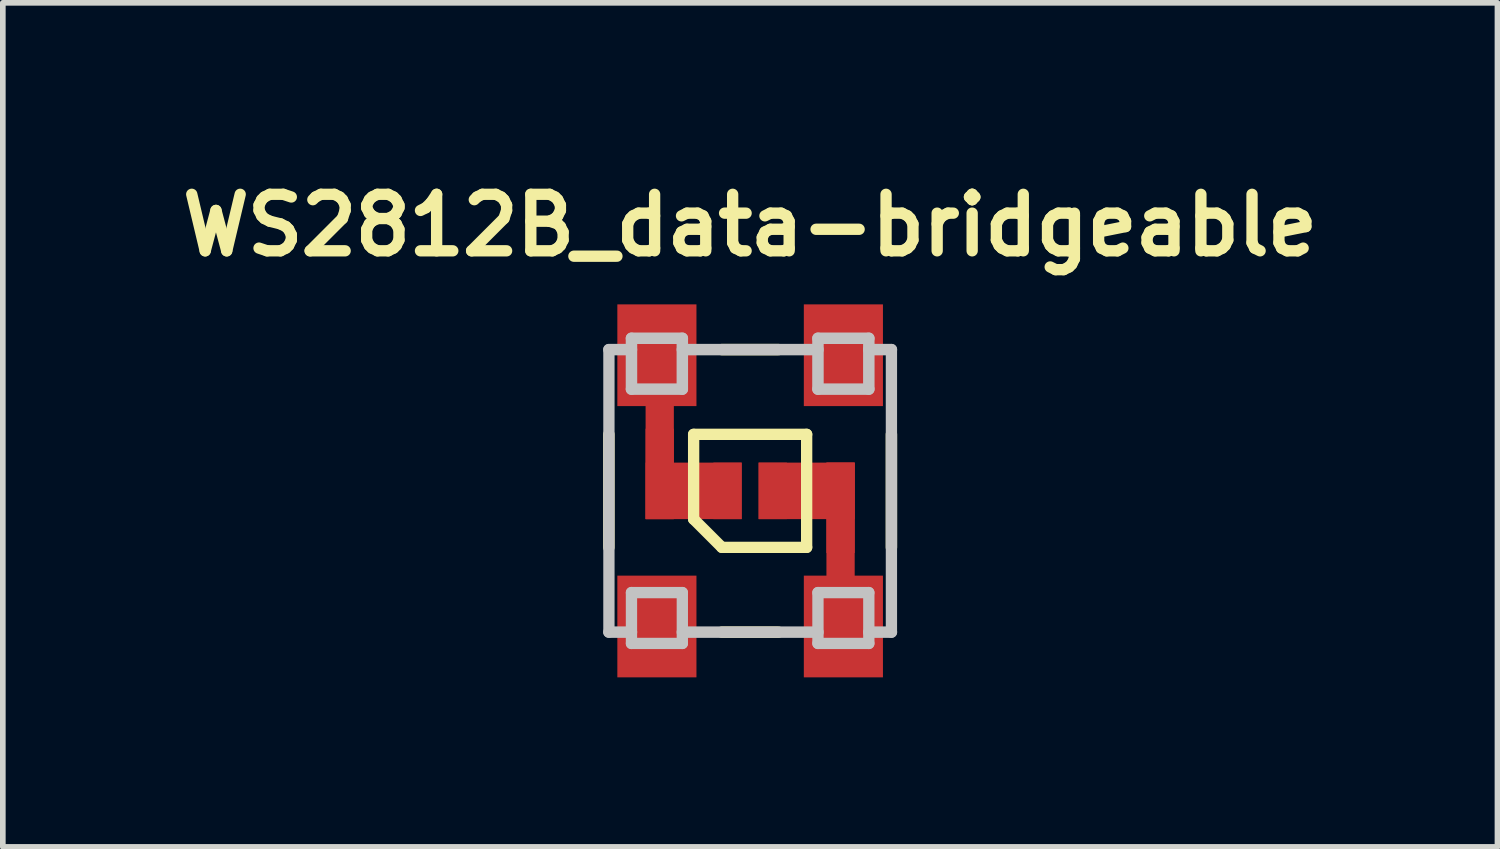
<source format=kicad_pcb>
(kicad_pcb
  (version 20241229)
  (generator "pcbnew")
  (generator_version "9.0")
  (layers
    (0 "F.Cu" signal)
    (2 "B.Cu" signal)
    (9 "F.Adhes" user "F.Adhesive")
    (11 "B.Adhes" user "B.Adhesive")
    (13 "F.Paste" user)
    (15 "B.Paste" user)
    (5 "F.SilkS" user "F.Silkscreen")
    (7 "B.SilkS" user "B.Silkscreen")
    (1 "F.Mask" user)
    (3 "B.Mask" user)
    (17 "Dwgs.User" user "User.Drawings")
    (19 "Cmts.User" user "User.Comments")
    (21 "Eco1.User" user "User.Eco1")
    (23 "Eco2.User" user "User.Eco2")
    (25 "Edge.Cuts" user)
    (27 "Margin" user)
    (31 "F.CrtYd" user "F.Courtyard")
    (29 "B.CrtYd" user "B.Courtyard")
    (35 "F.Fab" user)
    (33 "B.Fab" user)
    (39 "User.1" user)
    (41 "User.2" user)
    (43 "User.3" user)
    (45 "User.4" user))
  (footprint "WS2812B_data-bridgeable"
    (layer "F.Cu")
    (at 10.224 5.636)
    (property "Reference" "WS2812B_data-bridgeable" (at 0 -4.7 0) (layer "F.SilkS") (effects (font (size 1 1) (thickness 0.2))))
    (attr through_hole)
    (fp_line (start -2.5 -1) (end -2.5 1) (stroke (width 0.203) (type solid)) (layer "F.SilkS"))
    (fp_line (start -1 -1) (end 1 -1) (stroke (width 0.2) (type solid)) (layer "F.SilkS"))
    (fp_line (start -1 0.5) (end -1 -1) (stroke (width 0.2) (type solid)) (layer "F.SilkS"))
    (fp_line (start -0.5 -2.5) (end 0.5 -2.5) (stroke (width 0.203) (type solid)) (layer "F.SilkS"))
    (fp_line (start -0.5 1) (end -1 0.5) (stroke (width 0.2) (type solid)) (layer "F.SilkS"))
    (fp_line (start -0.5 2.5) (end 0.5 2.5) (stroke (width 0.203) (type solid)) (layer "F.SilkS"))
    (fp_line (start 1 -1) (end 1 1) (stroke (width 0.2) (type solid)) (layer "F.SilkS"))
    (fp_line (start 1 1) (end -0.5 1) (stroke (width 0.2) (type solid)) (layer "F.SilkS"))
    (fp_line (start 2.5 -1) (end 2.5 1) (stroke (width 0.203) (type solid)) (layer "F.SilkS"))
    (fp_line (start -2.5 -2.5) (end -2.1 -2.5) (stroke (width 0.203) (type solid)) (layer "Dwgs.User"))
    (fp_line (start -2.5 2.5) (end -2.1 2.5) (stroke (width 0.203) (type solid)) (layer "Dwgs.User"))
    (fp_line (start -2.499 2.499) (end -2.499 -2.499) (stroke (width 0.2) (type solid)) (layer "Dwgs.User"))
    (fp_line (start -2.1 -2.7) (end -1.2 -2.7) (stroke (width 0.203) (type solid)) (layer "Dwgs.User"))
    (fp_line (start -2.1 -1.8) (end -2.1 -2.7) (stroke (width 0.203) (type solid)) (layer "Dwgs.User"))
    (fp_line (start -2.1 1.8) (end -1.2 1.8) (stroke (width 0.2) (type solid)) (layer "Dwgs.User"))
    (fp_line (start -2.1 2.7) (end -2.1 1.8) (stroke (width 0.2) (type solid)) (layer "Dwgs.User"))
    (fp_line (start -1.2 -2.7) (end -1.2 -1.8) (stroke (width 0.203) (type solid)) (layer "Dwgs.User"))
    (fp_line (start -1.2 -2.5) (end 1.2 -2.5) (stroke (width 0.203) (type solid)) (layer "Dwgs.User"))
    (fp_line (start -1.2 -1.8) (end -2.1 -1.8) (stroke (width 0.203) (type solid)) (layer "Dwgs.User"))
    (fp_line (start -1.2 1.8) (end -1.2 2.7) (stroke (width 0.2) (type solid)) (layer "Dwgs.User"))
    (fp_line (start -1.2 2.5) (end 1.2 2.5) (stroke (width 0.203) (type solid)) (layer "Dwgs.User"))
    (fp_line (start -1.2 2.7) (end -2.1 2.7) (stroke (width 0.2) (type solid)) (layer "Dwgs.User"))
    (fp_line (start 1.2 -2.7) (end 1.2 -1.8) (stroke (width 0.203) (type solid)) (layer "Dwgs.User"))
    (fp_line (start 1.2 -1.8) (end 2.1 -1.8) (stroke (width 0.203) (type solid)) (layer "Dwgs.User"))
    (fp_line (start 1.2 1.8) (end 2.1 1.8) (stroke (width 0.2) (type solid)) (layer "Dwgs.User"))
    (fp_line (start 1.2 2.7) (end 1.2 1.8) (stroke (width 0.2) (type solid)) (layer "Dwgs.User"))
    (fp_line (start 2.1 -2.7) (end 1.2 -2.7) (stroke (width 0.203) (type solid)) (layer "Dwgs.User"))
    (fp_line (start 2.1 -2.5) (end 2.5 -2.5) (stroke (width 0.203) (type solid)) (layer "Dwgs.User"))
    (fp_line (start 2.1 -1.8) (end 2.1 -2.7) (stroke (width 0.203) (type solid)) (layer "Dwgs.User"))
    (fp_line (start 2.1 1.8) (end 2.1 2.7) (stroke (width 0.2) (type solid)) (layer "Dwgs.User"))
    (fp_line (start 2.1 2.5) (end 2.5 2.5) (stroke (width 0.203) (type solid)) (layer "Dwgs.User"))
    (fp_line (start 2.1 2.7) (end 1.2 2.7) (stroke (width 0.2) (type solid)) (layer "Dwgs.User"))
    (fp_line (start 2.5 -2.5) (end 2.5 2.5) (stroke (width 0.2) (type solid)) (layer "Dwgs.User"))
    (pad "1" smd rect (at 1.65 -2.4) (size 1.4 1.8) (layers "F.Cu" "F.Mask" "F.Paste"))
    (pad "2" smd rect (at -1.65 -2.4) (size 1.4 1.8) (layers "F.Cu" "F.Mask" "F.Paste"))
    (pad "2" smd rect (at -1.6 -1) (size 0.5 3) (layers "F.Cu"))
    (pad "2" smd rect (at -1.6 -0.3) (size 0.5 1.6) (layers "F.Cu"))
    (pad "2" smd rect (at -1 0) (size 1.7 1) (layers "F.Cu"))
    (pad "2" smd rect (at -0.4 0) (size 0.5 1) (layers "F.Cu" "F.Mask"))
    (pad "3" smd rect (at -1.65 2.4) (size 1.4 1.8) (layers "F.Cu" "F.Mask" "F.Paste"))
    (pad "4" smd rect (at 0.4 0) (size 0.5 1) (layers "F.Cu" "F.Mask"))
    (pad "4" smd rect (at 1 0) (size 1.7 1) (layers "F.Cu"))
    (pad "4" smd rect (at 1.6 0.3) (size 0.5 1.6) (layers "F.Cu"))
    (pad "4" smd rect (at 1.6 1) (size 0.5 3) (layers "F.Cu"))
    (pad "4" smd rect (at 1.65 2.4) (size 1.4 1.8) (layers "F.Cu" "F.Mask" "F.Paste")))
  (gr_rect
    (start -3 -3)
    (end 23.448 11.936)
    (stroke (width 0.1) (type default))
    (fill no)
    (layer "Edge.Cuts")))
</source>
